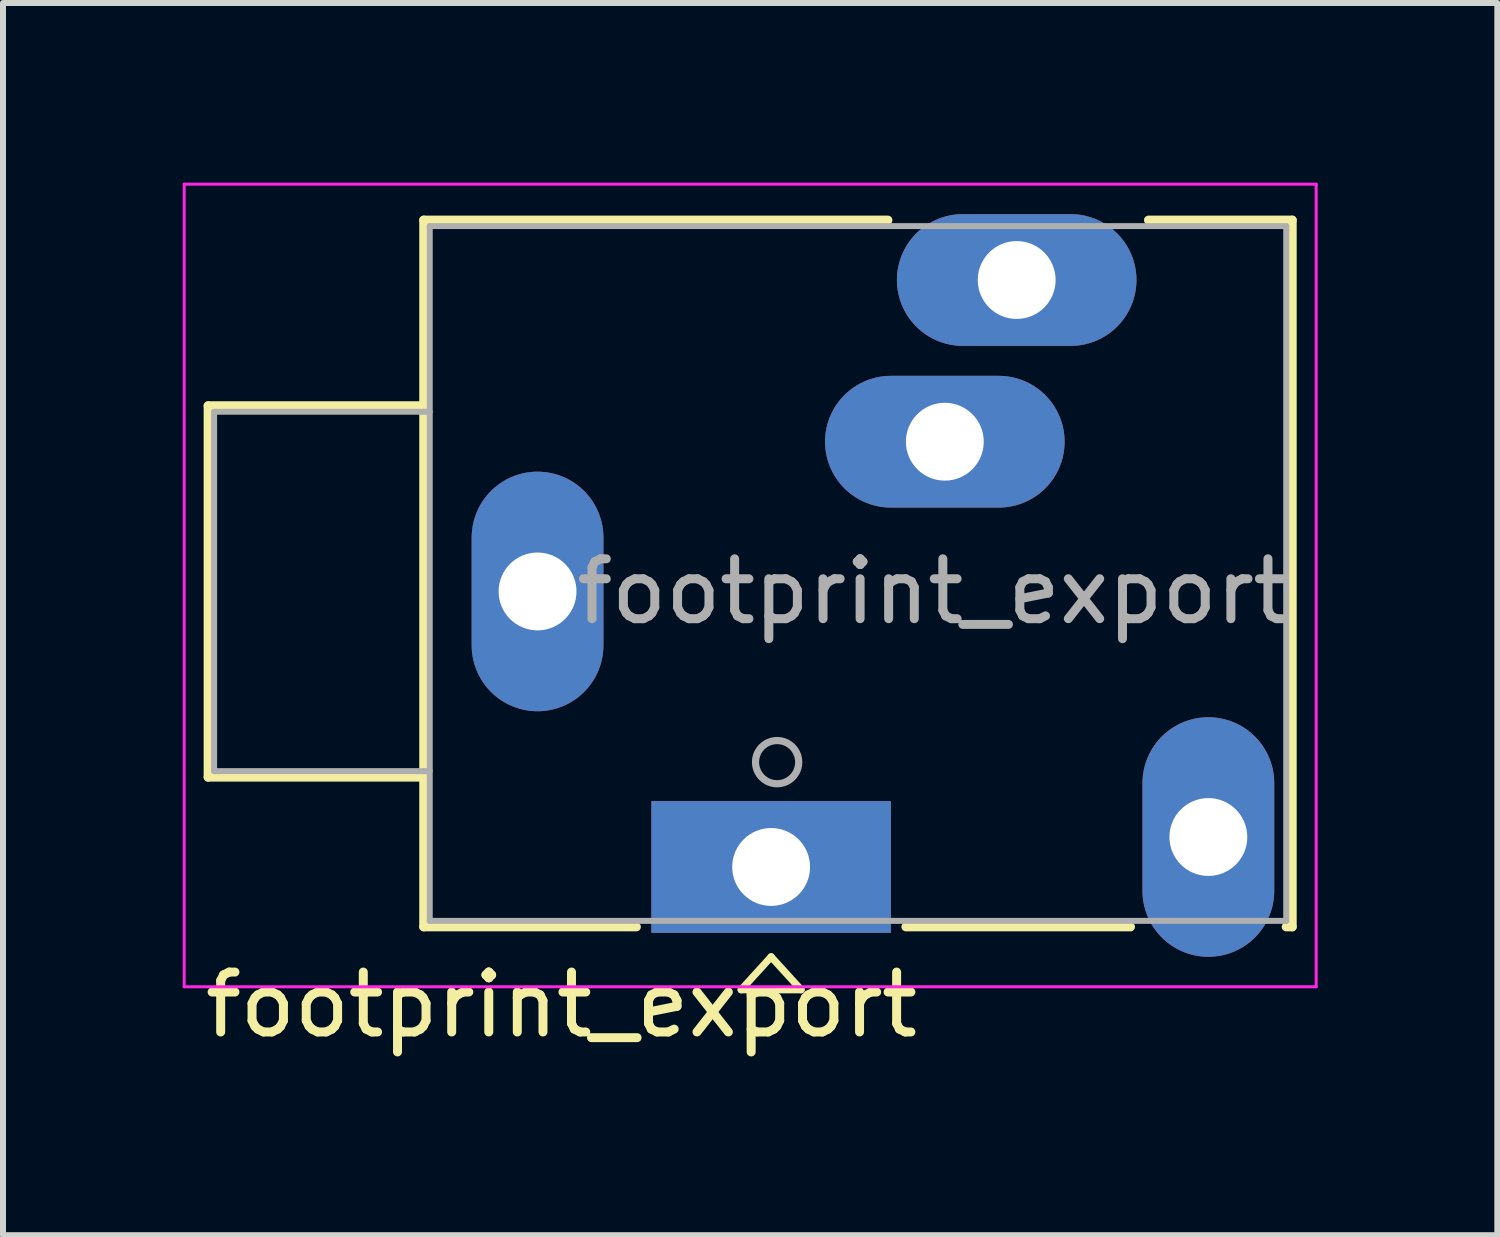
<source format=kicad_pcb>
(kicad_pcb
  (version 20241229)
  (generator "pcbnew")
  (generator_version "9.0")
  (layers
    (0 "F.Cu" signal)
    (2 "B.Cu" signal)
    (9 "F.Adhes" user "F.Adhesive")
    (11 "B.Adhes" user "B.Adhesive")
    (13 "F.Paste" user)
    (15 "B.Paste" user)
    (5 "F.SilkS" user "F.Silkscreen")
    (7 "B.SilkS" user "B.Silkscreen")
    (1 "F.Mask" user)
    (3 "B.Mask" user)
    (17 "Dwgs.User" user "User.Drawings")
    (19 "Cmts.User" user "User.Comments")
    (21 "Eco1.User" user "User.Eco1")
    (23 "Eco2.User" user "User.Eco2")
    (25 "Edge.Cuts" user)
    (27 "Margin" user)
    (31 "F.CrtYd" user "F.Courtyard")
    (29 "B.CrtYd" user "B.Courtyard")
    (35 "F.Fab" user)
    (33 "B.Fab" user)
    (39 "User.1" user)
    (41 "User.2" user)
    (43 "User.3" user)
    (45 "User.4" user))
  (footprint "footprint_export"
    (layer "F.Cu")
    (at 9.825 11.425)
    (property "Reference" "footprint_export" (at -3.5 2.3 0) (layer "F.SilkS") (effects (font (size 1 1) (thickness 0.15))))
    (attr through_hole)
    (fp_line (start -9.4 -7.7) (end -9.4 -1.5) (stroke (width 0.15) (type solid)) (layer "F.SilkS"))
    (fp_line (start -9.4 -1.5) (end -5.8 -1.5) (stroke (width 0.15) (type solid)) (layer "F.SilkS"))
    (fp_line (start -5.8 -10.8) (end 1.95 -10.8) (stroke (width 0.15) (type solid)) (layer "F.SilkS"))
    (fp_line (start -5.8 -7.7) (end -9.4 -7.7) (stroke (width 0.15) (type solid)) (layer "F.SilkS"))
    (fp_line (start -5.8 1) (end -5.8 -10.8) (stroke (width 0.15) (type solid)) (layer "F.SilkS"))
    (fp_line (start -2.25 1) (end -5.8 1) (stroke (width 0.15) (type solid)) (layer "F.SilkS"))
    (fp_line (start -0.5 2.05) (end 0.5 2.05) (stroke (width 0.12) (type solid)) (layer "F.SilkS"))
    (fp_line (start 0 1.5) (end -0.5 2.05) (stroke (width 0.12) (type solid)) (layer "F.SilkS"))
    (fp_line (start 0.5 2.05) (end 0 1.5) (stroke (width 0.12) (type solid)) (layer "F.SilkS"))
    (fp_line (start 6 1) (end 2.25 1) (stroke (width 0.15) (type solid)) (layer "F.SilkS"))
    (fp_line (start 6.3 -10.8) (end 8.7 -10.8) (stroke (width 0.15) (type solid)) (layer "F.SilkS"))
    (fp_line (start 8.7 -10.8) (end 8.7 1) (stroke (width 0.15) (type solid)) (layer "F.SilkS"))
    (fp_line (start 8.7 1) (end 8.6 1) (stroke (width 0.15) (type solid)) (layer "F.SilkS"))
    (fp_line (start -9.8 -11.4) (end -9.8 2) (stroke (width 0.05) (type solid)) (layer "F.CrtYd"))
    (fp_line (start -9.8 2) (end 9.1 2) (stroke (width 0.05) (type solid)) (layer "F.CrtYd"))
    (fp_line (start 9.1 -11.4) (end -9.8 -11.4) (stroke (width 0.05) (type solid)) (layer "F.CrtYd"))
    (fp_line (start 9.1 2) (end 9.1 -11.4) (stroke (width 0.05) (type solid)) (layer "F.CrtYd"))
    (fp_line (start -9.3 -7.6) (end -9.3 -1.6) (stroke (width 0.1) (type solid)) (layer "F.Fab"))
    (fp_line (start -9.3 -7.6) (end -5.7 -7.6) (stroke (width 0.1) (type solid)) (layer "F.Fab"))
    (fp_line (start -9.3 -1.6) (end -5.7 -1.6) (stroke (width 0.1) (type solid)) (layer "F.Fab"))
    (fp_line (start -5.7 -10.7) (end -5.7 0.9) (stroke (width 0.1) (type solid)) (layer "F.Fab"))
    (fp_line (start -5.7 0.9) (end 8.6 0.9) (stroke (width 0.1) (type solid)) (layer "F.Fab"))
    (fp_line (start 8.6 -10.7) (end -5.7 -10.7) (stroke (width 0.1) (type solid)) (layer "F.Fab"))
    (fp_line (start 8.6 0.9) (end 8.6 -10.7) (stroke (width 0.1) (type solid)) (layer "F.Fab"))
    (fp_circle (center 0.1 -1.75) (end 0.4 -1.55) (stroke (width 0.12) (type solid)) (fill no) (layer "F.Fab"))
    (fp_text user "${REFERENCE}" (at 2.7 -4.6 0) (layer "F.Fab") (effects (font (size 1 1) (thickness 0.15))))
    (pad "R" thru_hole oval (at 4.1 -9.8) (size 4 2.2) (drill 1.3) (layers "*.Cu" "*.Mask"))
    (pad "RN" thru_hole oval (at 2.9 -7.1) (size 4 2.2) (drill 1.3) (layers "*.Cu" "*.Mask"))
    (pad "S" thru_hole oval (at -3.9 -4.6) (size 2.2 4) (drill 1.3) (layers "*.Cu" "*.Mask"))
    (pad "T" thru_hole rect (at 0 0) (size 4 2.2) (drill 1.3) (layers "*.Cu" "*.Mask"))
    (pad "TN" thru_hole oval (at 7.3 -0.5 90) (size 4 2.2) (drill 1.3) (layers "*.Cu" "*.Mask")))
  (gr_rect
    (start -3 -3)
    (end 21.95 17.573)
    (stroke (width 0.1) (type default))
    (fill no)
    (layer "Edge.Cuts")))
</source>
